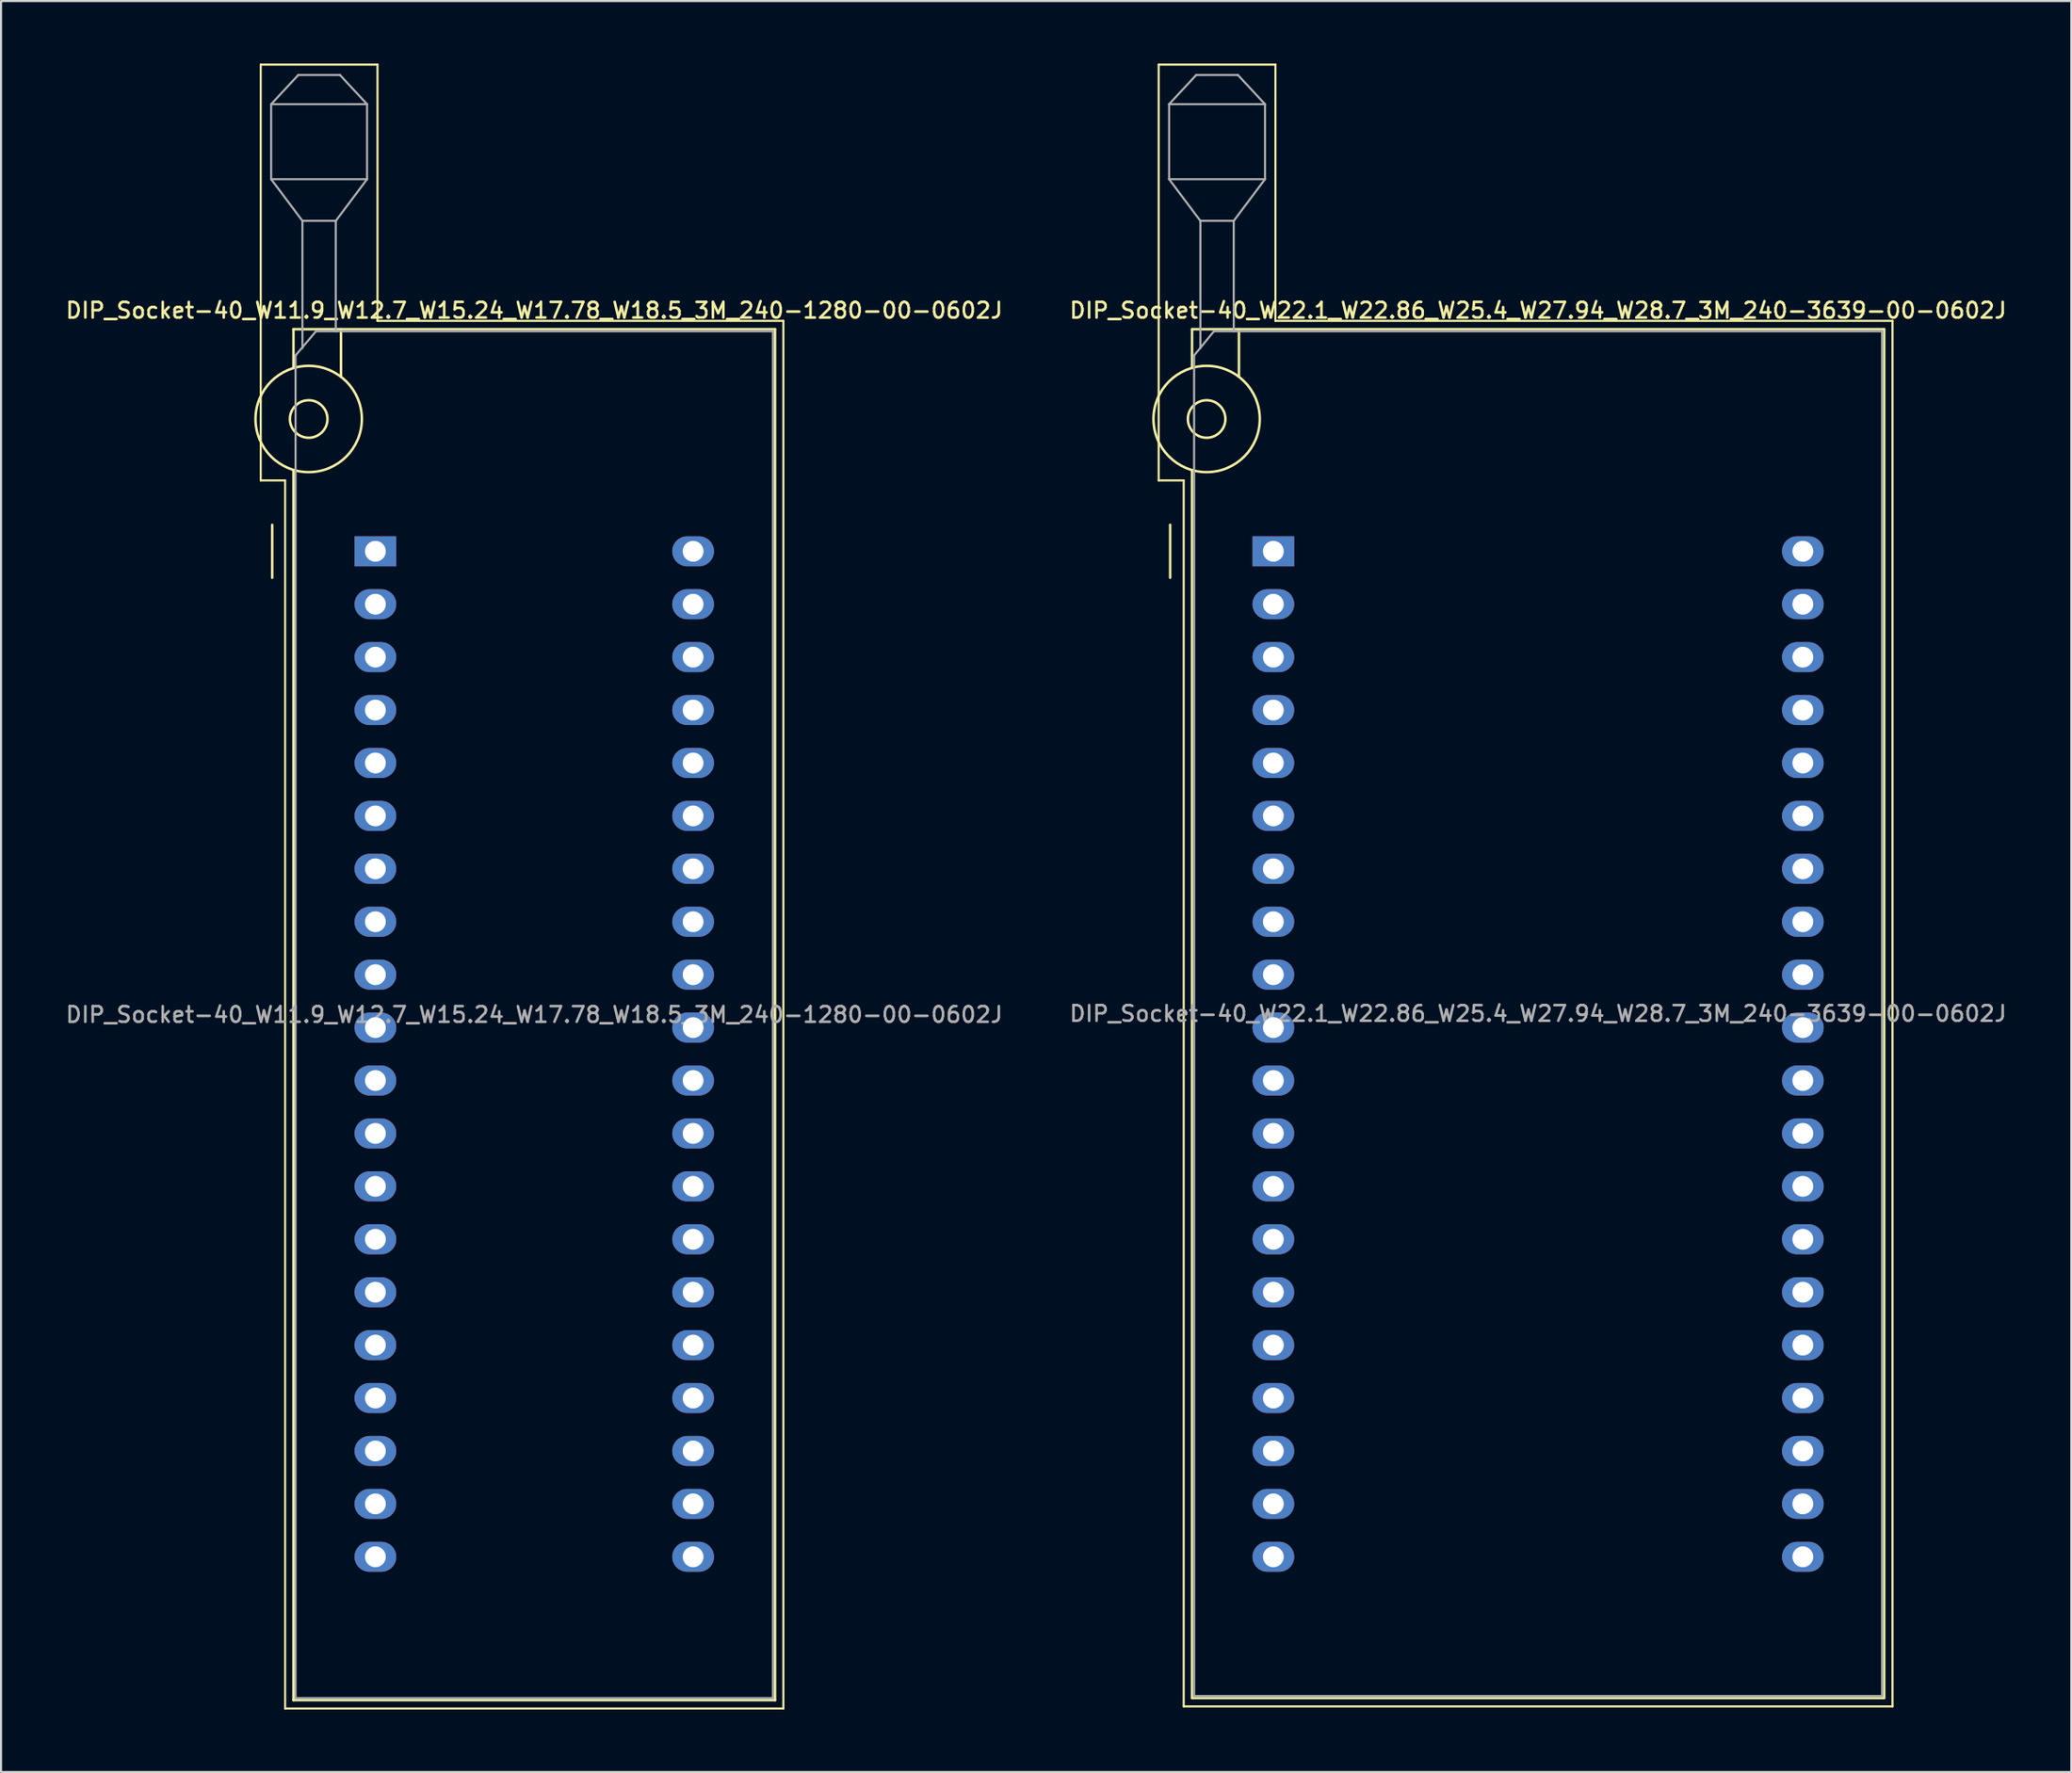
<source format=kicad_pcb>
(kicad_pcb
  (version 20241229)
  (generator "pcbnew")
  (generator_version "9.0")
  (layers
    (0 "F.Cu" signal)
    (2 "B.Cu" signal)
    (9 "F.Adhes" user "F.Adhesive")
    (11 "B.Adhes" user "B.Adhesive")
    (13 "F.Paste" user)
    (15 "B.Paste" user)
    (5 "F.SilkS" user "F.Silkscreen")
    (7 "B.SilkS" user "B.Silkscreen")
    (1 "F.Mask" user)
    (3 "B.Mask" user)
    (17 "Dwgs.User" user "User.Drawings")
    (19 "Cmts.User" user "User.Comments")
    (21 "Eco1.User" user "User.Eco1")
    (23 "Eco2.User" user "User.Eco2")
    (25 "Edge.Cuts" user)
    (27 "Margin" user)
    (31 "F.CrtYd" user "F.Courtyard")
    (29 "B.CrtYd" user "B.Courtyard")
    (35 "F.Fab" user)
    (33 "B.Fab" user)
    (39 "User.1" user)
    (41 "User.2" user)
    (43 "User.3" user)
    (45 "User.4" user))
  (footprint "DIP_Socket-40_W22.1_W22.86_W25.4_W27.94_W28.7_3M_240-3639-00-0602J"
    (layer "F.Cu")
    (at 58.03 23.41)
    (property "Reference" "DIP_Socket-40_W22.1_W22.86_W25.4_W27.94_W28.7_3M_240-3639-00-0602J" (at 12.7 -11.56 0) (layer "F.SilkS") (effects (font (size 0.75 0.75) (thickness 0.125))))
    (attr through_hole)
    (fp_line (start -5.5 -23.36) (end 0.1 -23.36) (stroke (width 0.1) (type solid)) (layer "F.SilkS"))
    (fp_line (start -5.5 -3.4) (end -5.5 -23.36) (stroke (width 0.1) (type solid)) (layer "F.SilkS"))
    (fp_line (start -4.95 1.27) (end -4.95 -1.27) (stroke (width 0.12) (type solid)) (layer "F.SilkS"))
    (fp_line (start -4.3 -3.4) (end -5.5 -3.4) (stroke (width 0.1) (type solid)) (layer "F.SilkS"))
    (fp_line (start -4.3 55.44) (end -4.3 -3.4) (stroke (width 0.1) (type solid)) (layer "F.SilkS"))
    (fp_line (start -3.9 -10.66) (end -3.9 -8.8) (stroke (width 0.12) (type solid)) (layer "F.SilkS"))
    (fp_line (start -3.9 -3.9) (end -3.9 55.04) (stroke (width 0.12) (type solid)) (layer "F.SilkS"))
    (fp_line (start -3.9 55.04) (end 29.3 55.04) (stroke (width 0.12) (type solid)) (layer "F.SilkS"))
    (fp_line (start -1.65 -10.66) (end -1.65 -8.4) (stroke (width 0.12) (type solid)) (layer "F.SilkS"))
    (fp_line (start 0.1 -23.36) (end 0.1 -11.06) (stroke (width 0.1) (type solid)) (layer "F.SilkS"))
    (fp_line (start 0.1 -11.06) (end 29.7 -11.06) (stroke (width 0.1) (type solid)) (layer "F.SilkS"))
    (fp_line (start 29.3 -10.66) (end -3.9 -10.66) (stroke (width 0.12) (type solid)) (layer "F.SilkS"))
    (fp_line (start 29.3 55.04) (end 29.3 -10.66) (stroke (width 0.12) (type solid)) (layer "F.SilkS"))
    (fp_line (start 29.7 -11.06) (end 29.7 55.44) (stroke (width 0.1) (type solid)) (layer "F.SilkS"))
    (fp_line (start 29.7 55.44) (end -4.3 55.44) (stroke (width 0.1) (type solid)) (layer "F.SilkS"))
    (fp_circle (center -3.2 -6.35) (end -2.3 -6.35) (stroke (width 0.12) (type solid)) (fill no) (layer "F.SilkS"))
    (fp_circle (center -3.2 -6.35) (end -0.65 -6.35) (stroke (width 0.12) (type solid)) (fill no) (layer "F.SilkS"))
    (fp_line (start -5 -21.46) (end -5 -17.86) (stroke (width 0.1) (type solid)) (layer "F.Fab"))
    (fp_line (start -5 -21.46) (end -3.7 -22.86) (stroke (width 0.1) (type solid)) (layer "F.Fab"))
    (fp_line (start -5 -17.86) (end -3.5 -15.86) (stroke (width 0.1) (type solid)) (layer "F.Fab"))
    (fp_line (start -5 -17.86) (end -0.4 -17.86) (stroke (width 0.1) (type solid)) (layer "F.Fab"))
    (fp_line (start -3.8 -9.4) (end -2.85 -10.56) (stroke (width 0.1) (type solid)) (layer "F.Fab"))
    (fp_line (start -3.8 54.94) (end -3.8 -9.4) (stroke (width 0.1) (type solid)) (layer "F.Fab"))
    (fp_line (start -3.7 -22.86) (end -1.7 -22.86) (stroke (width 0.1) (type solid)) (layer "F.Fab"))
    (fp_line (start -3.5 -15.86) (end -1.9 -15.86) (stroke (width 0.1) (type solid)) (layer "F.Fab"))
    (fp_line (start -3.5 -9.75) (end -3.5 -15.86) (stroke (width 0.1) (type solid)) (layer "F.Fab"))
    (fp_line (start -2.85 -10.56) (end 29.2 -10.56) (stroke (width 0.1) (type solid)) (layer "F.Fab"))
    (fp_line (start -1.9 -15.86) (end -1.9 -10.56) (stroke (width 0.1) (type solid)) (layer "F.Fab"))
    (fp_line (start -1.7 -22.86) (end -0.4 -21.46) (stroke (width 0.1) (type solid)) (layer "F.Fab"))
    (fp_line (start -0.4 -21.46) (end -5 -21.46) (stroke (width 0.1) (type solid)) (layer "F.Fab"))
    (fp_line (start -0.4 -17.86) (end -1.9 -15.86) (stroke (width 0.1) (type solid)) (layer "F.Fab"))
    (fp_line (start -0.4 -17.86) (end -0.4 -21.46) (stroke (width 0.1) (type solid)) (layer "F.Fab"))
    (fp_line (start 29.2 -10.56) (end 29.2 54.94) (stroke (width 0.1) (type solid)) (layer "F.Fab"))
    (fp_line (start 29.2 54.94) (end -3.8 54.94) (stroke (width 0.1) (type solid)) (layer "F.Fab"))
    (fp_text user "${REFERENCE}" (at 12.7 22.19 0) (layer "F.Fab") (effects (font (size 0.75 0.75) (thickness 0.125))))
    (pad "1" thru_hole rect (at 0 0) (size 2 1.44) (drill 1) (layers "*.Cu" "*.Mask"))
    (pad "2" thru_hole oval (at 0 2.54) (size 2 1.44) (drill 1) (layers "*.Cu" "*.Mask"))
    (pad "3" thru_hole oval (at 0 5.08) (size 2 1.44) (drill 1) (layers "*.Cu" "*.Mask"))
    (pad "4" thru_hole oval (at 0 7.62) (size 2 1.44) (drill 1) (layers "*.Cu" "*.Mask"))
    (pad "5" thru_hole oval (at 0 10.16) (size 2 1.44) (drill 1) (layers "*.Cu" "*.Mask"))
    (pad "6" thru_hole oval (at 0 12.7) (size 2 1.44) (drill 1) (layers "*.Cu" "*.Mask"))
    (pad "7" thru_hole oval (at 0 15.24) (size 2 1.44) (drill 1) (layers "*.Cu" "*.Mask"))
    (pad "8" thru_hole oval (at 0 17.78) (size 2 1.44) (drill 1) (layers "*.Cu" "*.Mask"))
    (pad "9" thru_hole oval (at 0 20.32) (size 2 1.44) (drill 1) (layers "*.Cu" "*.Mask"))
    (pad "10" thru_hole oval (at 0 22.86) (size 2 1.44) (drill 1) (layers "*.Cu" "*.Mask"))
    (pad "11" thru_hole oval (at 0 25.4) (size 2 1.44) (drill 1) (layers "*.Cu" "*.Mask"))
    (pad "12" thru_hole oval (at 0 27.94) (size 2 1.44) (drill 1) (layers "*.Cu" "*.Mask"))
    (pad "13" thru_hole oval (at 0 30.48) (size 2 1.44) (drill 1) (layers "*.Cu" "*.Mask"))
    (pad "14" thru_hole oval (at 0 33.02) (size 2 1.44) (drill 1) (layers "*.Cu" "*.Mask"))
    (pad "15" thru_hole oval (at 0 35.56) (size 2 1.44) (drill 1) (layers "*.Cu" "*.Mask"))
    (pad "16" thru_hole oval (at 0 38.1) (size 2 1.44) (drill 1) (layers "*.Cu" "*.Mask"))
    (pad "17" thru_hole oval (at 0 40.64) (size 2 1.44) (drill 1) (layers "*.Cu" "*.Mask"))
    (pad "18" thru_hole oval (at 0 43.18) (size 2 1.44) (drill 1) (layers "*.Cu" "*.Mask"))
    (pad "19" thru_hole oval (at 0 45.72) (size 2 1.44) (drill 1) (layers "*.Cu" "*.Mask"))
    (pad "20" thru_hole oval (at 0 48.26) (size 2 1.44) (drill 1) (layers "*.Cu" "*.Mask"))
    (pad "21" thru_hole oval (at 25.4 48.26) (size 2 1.44) (drill 1) (layers "*.Cu" "*.Mask"))
    (pad "22" thru_hole oval (at 25.4 45.72) (size 2 1.44) (drill 1) (layers "*.Cu" "*.Mask"))
    (pad "23" thru_hole oval (at 25.4 43.18) (size 2 1.44) (drill 1) (layers "*.Cu" "*.Mask"))
    (pad "24" thru_hole oval (at 25.4 40.64) (size 2 1.44) (drill 1) (layers "*.Cu" "*.Mask"))
    (pad "25" thru_hole oval (at 25.4 38.1) (size 2 1.44) (drill 1) (layers "*.Cu" "*.Mask"))
    (pad "26" thru_hole oval (at 25.4 35.56) (size 2 1.44) (drill 1) (layers "*.Cu" "*.Mask"))
    (pad "27" thru_hole oval (at 25.4 33.02) (size 2 1.44) (drill 1) (layers "*.Cu" "*.Mask"))
    (pad "28" thru_hole oval (at 25.4 30.48) (size 2 1.44) (drill 1) (layers "*.Cu" "*.Mask"))
    (pad "29" thru_hole oval (at 25.4 27.94) (size 2 1.44) (drill 1) (layers "*.Cu" "*.Mask"))
    (pad "30" thru_hole oval (at 25.4 25.4) (size 2 1.44) (drill 1) (layers "*.Cu" "*.Mask"))
    (pad "31" thru_hole oval (at 25.4 22.86) (size 2 1.44) (drill 1) (layers "*.Cu" "*.Mask"))
    (pad "32" thru_hole oval (at 25.4 20.32) (size 2 1.44) (drill 1) (layers "*.Cu" "*.Mask"))
    (pad "33" thru_hole oval (at 25.4 17.78) (size 2 1.44) (drill 1) (layers "*.Cu" "*.Mask"))
    (pad "34" thru_hole oval (at 25.4 15.24) (size 2 1.44) (drill 1) (layers "*.Cu" "*.Mask"))
    (pad "35" thru_hole oval (at 25.4 12.7) (size 2 1.44) (drill 1) (layers "*.Cu" "*.Mask"))
    (pad "36" thru_hole oval (at 25.4 10.16) (size 2 1.44) (drill 1) (layers "*.Cu" "*.Mask"))
    (pad "37" thru_hole oval (at 25.4 7.62) (size 2 1.44) (drill 1) (layers "*.Cu" "*.Mask"))
    (pad "38" thru_hole oval (at 25.4 5.08) (size 2 1.44) (drill 1) (layers "*.Cu" "*.Mask"))
    (pad "39" thru_hole oval (at 25.4 2.54) (size 2 1.44) (drill 1) (layers "*.Cu" "*.Mask"))
    (pad "40" thru_hole oval (at 25.4 0) (size 2 1.44) (drill 1) (layers "*.Cu" "*.Mask")))
  (footprint "DIP_Socket-40_W11.9_W12.7_W15.24_W17.78_W18.5_3M_240-1280-00-0602J"
    (layer "F.Cu")
    (at 14.957 23.41)
    (property "Reference" "DIP_Socket-40_W11.9_W12.7_W15.24_W17.78_W18.5_3M_240-1280-00-0602J" (at 7.62 -11.56 0) (layer "F.SilkS") (effects (font (size 0.75 0.75) (thickness 0.125))))
    (attr through_hole)
    (fp_line (start -5.5 -23.36) (end 0.1 -23.36) (stroke (width 0.1) (type solid)) (layer "F.SilkS"))
    (fp_line (start -5.5 -3.4) (end -5.5 -23.36) (stroke (width 0.1) (type solid)) (layer "F.SilkS"))
    (fp_line (start -4.95 1.27) (end -4.95 -1.27) (stroke (width 0.12) (type solid)) (layer "F.SilkS"))
    (fp_line (start -4.33 -3.4) (end -5.5 -3.4) (stroke (width 0.1) (type solid)) (layer "F.SilkS"))
    (fp_line (start -4.33 55.54) (end -4.33 -3.4) (stroke (width 0.1) (type solid)) (layer "F.SilkS"))
    (fp_line (start -3.93 -10.66) (end -3.93 -8.8) (stroke (width 0.12) (type solid)) (layer "F.SilkS"))
    (fp_line (start -3.93 -3.9) (end -3.93 55.14) (stroke (width 0.12) (type solid)) (layer "F.SilkS"))
    (fp_line (start -3.93 55.14) (end 19.17 55.14) (stroke (width 0.12) (type solid)) (layer "F.SilkS"))
    (fp_line (start -1.65 -10.66) (end -1.65 -8.4) (stroke (width 0.12) (type solid)) (layer "F.SilkS"))
    (fp_line (start 0.1 -23.36) (end 0.1 -11.06) (stroke (width 0.1) (type solid)) (layer "F.SilkS"))
    (fp_line (start 0.1 -11.06) (end 19.57 -11.06) (stroke (width 0.1) (type solid)) (layer "F.SilkS"))
    (fp_line (start 19.17 -10.66) (end -3.93 -10.66) (stroke (width 0.12) (type solid)) (layer "F.SilkS"))
    (fp_line (start 19.17 55.14) (end 19.17 -10.66) (stroke (width 0.12) (type solid)) (layer "F.SilkS"))
    (fp_line (start 19.57 -11.06) (end 19.57 55.54) (stroke (width 0.1) (type solid)) (layer "F.SilkS"))
    (fp_line (start 19.57 55.54) (end -4.33 55.54) (stroke (width 0.1) (type solid)) (layer "F.SilkS"))
    (fp_circle (center -3.2 -6.35) (end -2.3 -6.35) (stroke (width 0.12) (type solid)) (fill no) (layer "F.SilkS"))
    (fp_circle (center -3.2 -6.35) (end -0.65 -6.35) (stroke (width 0.12) (type solid)) (fill no) (layer "F.SilkS"))
    (fp_line (start -5 -21.46) (end -5 -17.86) (stroke (width 0.1) (type solid)) (layer "F.Fab"))
    (fp_line (start -5 -21.46) (end -3.7 -22.86) (stroke (width 0.1) (type solid)) (layer "F.Fab"))
    (fp_line (start -5 -17.86) (end -3.5 -15.86) (stroke (width 0.1) (type solid)) (layer "F.Fab"))
    (fp_line (start -5 -17.86) (end -0.4 -17.86) (stroke (width 0.1) (type solid)) (layer "F.Fab"))
    (fp_line (start -3.83 -9.4) (end -2.85 -10.56) (stroke (width 0.1) (type solid)) (layer "F.Fab"))
    (fp_line (start -3.83 55.04) (end -3.83 -9.4) (stroke (width 0.1) (type solid)) (layer "F.Fab"))
    (fp_line (start -3.7 -22.86) (end -1.7 -22.86) (stroke (width 0.1) (type solid)) (layer "F.Fab"))
    (fp_line (start -3.5 -15.86) (end -1.9 -15.86) (stroke (width 0.1) (type solid)) (layer "F.Fab"))
    (fp_line (start -3.5 -9.75) (end -3.5 -15.86) (stroke (width 0.1) (type solid)) (layer "F.Fab"))
    (fp_line (start -2.85 -10.56) (end 19.07 -10.56) (stroke (width 0.1) (type solid)) (layer "F.Fab"))
    (fp_line (start -1.9 -15.86) (end -1.9 -10.56) (stroke (width 0.1) (type solid)) (layer "F.Fab"))
    (fp_line (start -1.7 -22.86) (end -0.4 -21.46) (stroke (width 0.1) (type solid)) (layer "F.Fab"))
    (fp_line (start -0.4 -21.46) (end -5 -21.46) (stroke (width 0.1) (type solid)) (layer "F.Fab"))
    (fp_line (start -0.4 -17.86) (end -1.9 -15.86) (stroke (width 0.1) (type solid)) (layer "F.Fab"))
    (fp_line (start -0.4 -17.86) (end -0.4 -21.46) (stroke (width 0.1) (type solid)) (layer "F.Fab"))
    (fp_line (start 19.07 -10.56) (end 19.07 55.04) (stroke (width 0.1) (type solid)) (layer "F.Fab"))
    (fp_line (start 19.07 55.04) (end -3.83 55.04) (stroke (width 0.1) (type solid)) (layer "F.Fab"))
    (fp_text user "${REFERENCE}" (at 7.62 22.24 0) (layer "F.Fab") (effects (font (size 0.75 0.75) (thickness 0.125))))
    (pad "1" thru_hole rect (at 0 0) (size 2 1.44) (drill 1) (layers "*.Cu" "*.Mask"))
    (pad "2" thru_hole oval (at 0 2.54) (size 2 1.44) (drill 1) (layers "*.Cu" "*.Mask"))
    (pad "3" thru_hole oval (at 0 5.08) (size 2 1.44) (drill 1) (layers "*.Cu" "*.Mask"))
    (pad "4" thru_hole oval (at 0 7.62) (size 2 1.44) (drill 1) (layers "*.Cu" "*.Mask"))
    (pad "5" thru_hole oval (at 0 10.16) (size 2 1.44) (drill 1) (layers "*.Cu" "*.Mask"))
    (pad "6" thru_hole oval (at 0 12.7) (size 2 1.44) (drill 1) (layers "*.Cu" "*.Mask"))
    (pad "7" thru_hole oval (at 0 15.24) (size 2 1.44) (drill 1) (layers "*.Cu" "*.Mask"))
    (pad "8" thru_hole oval (at 0 17.78) (size 2 1.44) (drill 1) (layers "*.Cu" "*.Mask"))
    (pad "9" thru_hole oval (at 0 20.32) (size 2 1.44) (drill 1) (layers "*.Cu" "*.Mask"))
    (pad "10" thru_hole oval (at 0 22.86) (size 2 1.44) (drill 1) (layers "*.Cu" "*.Mask"))
    (pad "11" thru_hole oval (at 0 25.4) (size 2 1.44) (drill 1) (layers "*.Cu" "*.Mask"))
    (pad "12" thru_hole oval (at 0 27.94) (size 2 1.44) (drill 1) (layers "*.Cu" "*.Mask"))
    (pad "13" thru_hole oval (at 0 30.48) (size 2 1.44) (drill 1) (layers "*.Cu" "*.Mask"))
    (pad "14" thru_hole oval (at 0 33.02) (size 2 1.44) (drill 1) (layers "*.Cu" "*.Mask"))
    (pad "15" thru_hole oval (at 0 35.56) (size 2 1.44) (drill 1) (layers "*.Cu" "*.Mask"))
    (pad "16" thru_hole oval (at 0 38.1) (size 2 1.44) (drill 1) (layers "*.Cu" "*.Mask"))
    (pad "17" thru_hole oval (at 0 40.64) (size 2 1.44) (drill 1) (layers "*.Cu" "*.Mask"))
    (pad "18" thru_hole oval (at 0 43.18) (size 2 1.44) (drill 1) (layers "*.Cu" "*.Mask"))
    (pad "19" thru_hole oval (at 0 45.72) (size 2 1.44) (drill 1) (layers "*.Cu" "*.Mask"))
    (pad "20" thru_hole oval (at 0 48.26) (size 2 1.44) (drill 1) (layers "*.Cu" "*.Mask"))
    (pad "21" thru_hole oval (at 15.24 48.26) (size 2 1.44) (drill 1) (layers "*.Cu" "*.Mask"))
    (pad "22" thru_hole oval (at 15.24 45.72) (size 2 1.44) (drill 1) (layers "*.Cu" "*.Mask"))
    (pad "23" thru_hole oval (at 15.24 43.18) (size 2 1.44) (drill 1) (layers "*.Cu" "*.Mask"))
    (pad "24" thru_hole oval (at 15.24 40.64) (size 2 1.44) (drill 1) (layers "*.Cu" "*.Mask"))
    (pad "25" thru_hole oval (at 15.24 38.1) (size 2 1.44) (drill 1) (layers "*.Cu" "*.Mask"))
    (pad "26" thru_hole oval (at 15.24 35.56) (size 2 1.44) (drill 1) (layers "*.Cu" "*.Mask"))
    (pad "27" thru_hole oval (at 15.24 33.02) (size 2 1.44) (drill 1) (layers "*.Cu" "*.Mask"))
    (pad "28" thru_hole oval (at 15.24 30.48) (size 2 1.44) (drill 1) (layers "*.Cu" "*.Mask"))
    (pad "29" thru_hole oval (at 15.24 27.94) (size 2 1.44) (drill 1) (layers "*.Cu" "*.Mask"))
    (pad "30" thru_hole oval (at 15.24 25.4) (size 2 1.44) (drill 1) (layers "*.Cu" "*.Mask"))
    (pad "31" thru_hole oval (at 15.24 22.86) (size 2 1.44) (drill 1) (layers "*.Cu" "*.Mask"))
    (pad "32" thru_hole oval (at 15.24 20.32) (size 2 1.44) (drill 1) (layers "*.Cu" "*.Mask"))
    (pad "33" thru_hole oval (at 15.24 17.78) (size 2 1.44) (drill 1) (layers "*.Cu" "*.Mask"))
    (pad "34" thru_hole oval (at 15.24 15.24) (size 2 1.44) (drill 1) (layers "*.Cu" "*.Mask"))
    (pad "35" thru_hole oval (at 15.24 12.7) (size 2 1.44) (drill 1) (layers "*.Cu" "*.Mask"))
    (pad "36" thru_hole oval (at 15.24 10.16) (size 2 1.44) (drill 1) (layers "*.Cu" "*.Mask"))
    (pad "37" thru_hole oval (at 15.24 7.62) (size 2 1.44) (drill 1) (layers "*.Cu" "*.Mask"))
    (pad "38" thru_hole oval (at 15.24 5.08) (size 2 1.44) (drill 1) (layers "*.Cu" "*.Mask"))
    (pad "39" thru_hole oval (at 15.24 2.54) (size 2 1.44) (drill 1) (layers "*.Cu" "*.Mask"))
    (pad "40" thru_hole oval (at 15.24 0) (size 2 1.44) (drill 1) (layers "*.Cu" "*.Mask")))
  (gr_rect
    (start -3 -3)
    (end 96.307 82)
    (stroke (width 0.1) (type default))
    (fill no)
    (layer "Edge.Cuts")))
</source>
